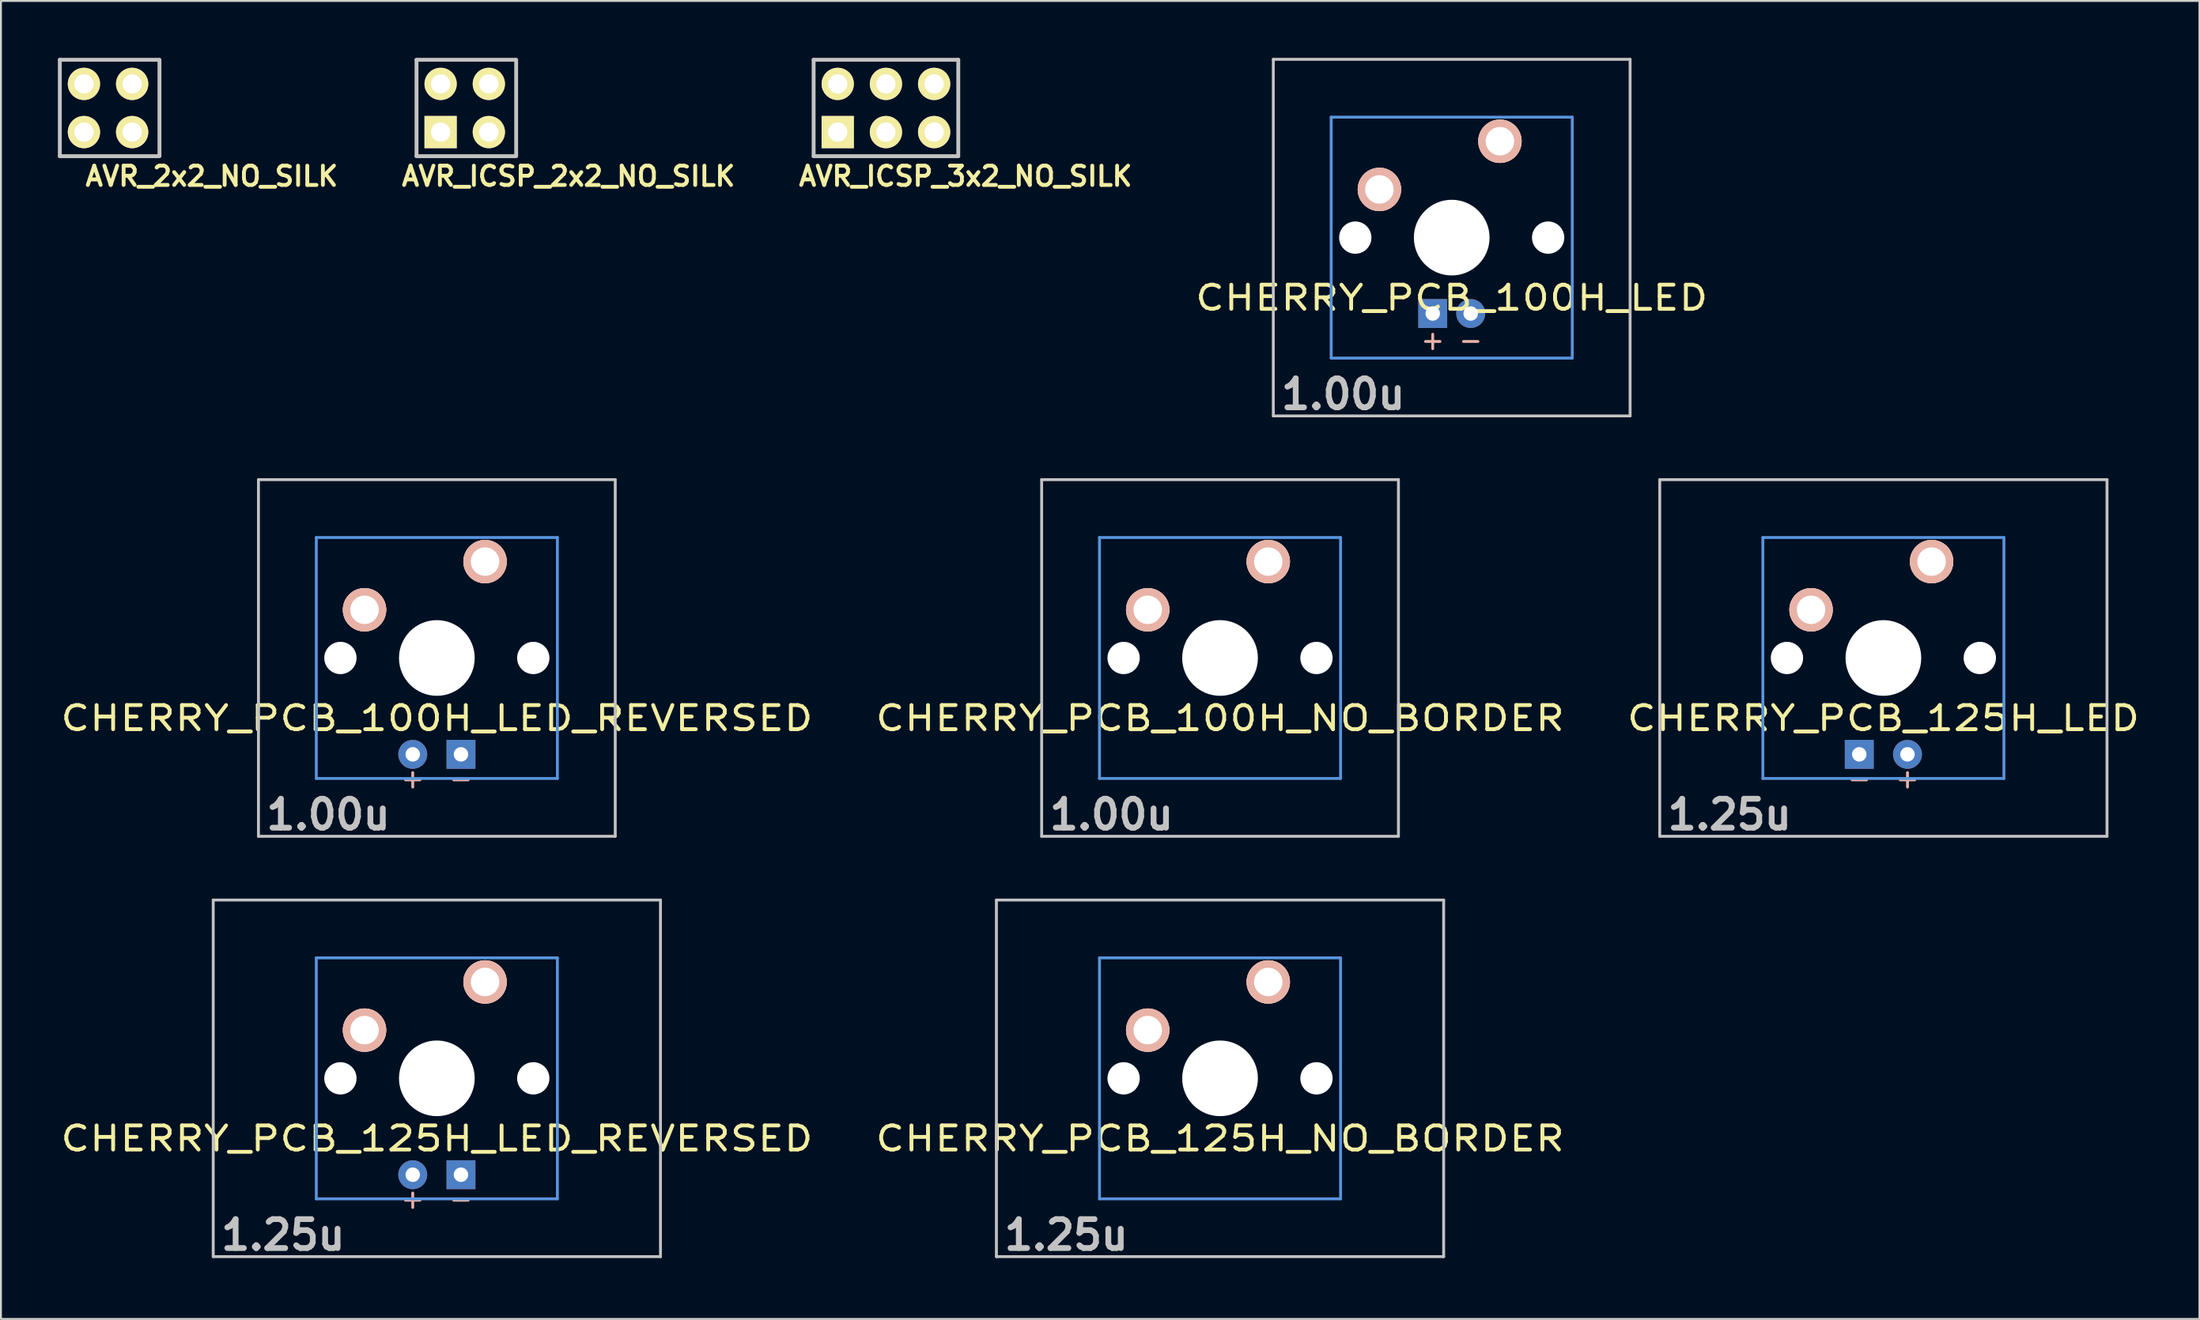
<source format=kicad_pcb>
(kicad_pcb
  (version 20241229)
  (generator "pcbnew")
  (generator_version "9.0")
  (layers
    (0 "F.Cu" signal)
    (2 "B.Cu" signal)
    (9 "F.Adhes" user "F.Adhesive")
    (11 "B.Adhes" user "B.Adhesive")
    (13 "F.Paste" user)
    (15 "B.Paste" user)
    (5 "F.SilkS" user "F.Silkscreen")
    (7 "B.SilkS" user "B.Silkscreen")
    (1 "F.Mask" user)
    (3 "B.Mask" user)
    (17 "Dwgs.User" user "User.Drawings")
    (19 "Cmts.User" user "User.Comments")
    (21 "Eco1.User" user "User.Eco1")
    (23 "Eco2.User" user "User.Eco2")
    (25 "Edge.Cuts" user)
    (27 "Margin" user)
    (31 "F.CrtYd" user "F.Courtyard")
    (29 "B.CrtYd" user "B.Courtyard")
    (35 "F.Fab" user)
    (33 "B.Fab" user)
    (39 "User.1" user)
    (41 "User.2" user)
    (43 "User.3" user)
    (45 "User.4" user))
  (footprint "AVR_ICSP_2x2_NO_SILK"
    (layer "F.Cu")
    (at 21.503 2.742)
    (property "Reference" "AVR_ICSP_2x2_NO_SILK" (at 5.395 3.496 0) (layer "F.SilkS") (effects (font (size 1.016 1.016) (thickness 0.203))))
    (attr through_hole)
    (fp_line (start -2.61 -2.64) (end 2.61 -2.64) (stroke (width 0.203) (type solid)) (layer "Dwgs.User"))
    (fp_line (start -2.61 2.44) (end -2.61 -2.64) (stroke (width 0.203) (type solid)) (layer "Dwgs.User"))
    (fp_line (start 2.61 2.44) (end -2.61 2.44) (stroke (width 0.203) (type solid)) (layer "Dwgs.User"))
    (fp_line (start 2.64 -2.64) (end 2.64 2.44) (stroke (width 0.203) (type solid)) (layer "Dwgs.User"))
    (pad "1" thru_hole rect (at -1.34 1.17) (size 1.7 1.7) (drill 1.016) (layers "*.Cu" "*.Mask" "F.SilkS"))
    (pad "2" thru_hole circle (at -1.34 -1.37) (size 1.7 1.7) (drill 1.016) (layers "*.Cu" "*.Mask" "F.SilkS"))
    (pad "3" thru_hole circle (at 1.2 1.17) (size 1.7 1.7) (drill 1.016) (layers "*.Cu" "*.Mask" "F.SilkS"))
    (pad "4" thru_hole circle (at 1.2 -1.37) (size 1.7 1.7) (drill 1.016) (layers "*.Cu" "*.Mask" "F.SilkS")))
  (footprint "CHERRY_PCB_100H_LED"
    (layer "F.Cu")
    (at 73.429 9.474)
    (property "Reference" "CHERRY_PCB_100H_LED" (at 0 3.175 0) (layer "F.SilkS") (effects (font (size 1.27 1.524) (thickness 0.203))))
    (attr through_hole)
    (fp_line (start -9.398 -9.398) (end 9.398 -9.398) (stroke (width 0.152) (type solid)) (layer "Dwgs.User"))
    (fp_line (start -9.398 9.398) (end -9.398 -9.398) (stroke (width 0.152) (type solid)) (layer "Dwgs.User"))
    (fp_line (start 9.398 -9.398) (end 9.398 9.398) (stroke (width 0.152) (type solid)) (layer "Dwgs.User"))
    (fp_line (start 9.398 9.398) (end -9.398 9.398) (stroke (width 0.152) (type solid)) (layer "Dwgs.User"))
    (fp_line (start -6.35 -6.35) (end 6.35 -6.35) (stroke (width 0.152) (type solid)) (layer "Cmts.User"))
    (fp_line (start -6.35 6.35) (end -6.35 -6.35) (stroke (width 0.152) (type solid)) (layer "Cmts.User"))
    (fp_line (start 6.35 -6.35) (end 6.35 6.35) (stroke (width 0.152) (type solid)) (layer "Cmts.User"))
    (fp_line (start 6.35 6.35) (end -6.35 6.35) (stroke (width 0.152) (type solid)) (layer "Cmts.User"))
    (fp_line (start -6.985 -6.985) (end 6.985 -6.985) (stroke (width 0.152) (type solid)) (layer "Eco2.User"))
    (fp_line (start -6.985 6.985) (end -6.985 -6.985) (stroke (width 0.152) (type solid)) (layer "Eco2.User"))
    (fp_line (start 6.985 -6.985) (end 6.985 6.985) (stroke (width 0.152) (type solid)) (layer "Eco2.User"))
    (fp_line (start 6.985 6.985) (end -6.985 6.985) (stroke (width 0.152) (type solid)) (layer "Eco2.User"))
    (fp_text user "-" (at 1 5.4 0) (layer "B.SilkS") (effects (font (size 1 1) (thickness 0.15)) (justify mirror)))
    (fp_text user "+" (at -1 5.4 0) (layer "B.SilkS") (effects (font (size 1 1) (thickness 0.15)) (justify mirror)))
    (fp_text user "1.00u" (at -5.715 8.255 0) (layer "Dwgs.User") (effects (font (size 1.524 1.524) (thickness 0.305))))
    (pad "" np_thru_hole circle (at -5.08 0) (size 1.702 1.702) (drill 1.702) (layers "*.Cu" "*.Mask"))
    (pad "" np_thru_hole circle (at 0 0) (size 3.988 3.988) (drill 3.988) (layers "*.Cu" "*.Mask"))
    (pad "" np_thru_hole circle (at 5.08 0) (size 1.702 1.702) (drill 1.702) (layers "*.Cu" "*.Mask"))
    (pad "1" thru_hole circle (at 2.54 -5.08) (size 2.286 2.286) (drill 1.499) (layers "*.Cu" "*.SilkS" "*.Mask"))
    (pad "2" thru_hole circle (at -3.81 -2.54) (size 2.286 2.286) (drill 1.499) (layers "*.Cu" "*.SilkS" "*.Mask"))
    (pad "3" thru_hole rect (at -1 4) (size 1.524 1.524) (drill 0.762) (layers "*.Cu" "*.Mask"))
    (pad "4" thru_hole circle (at 1 4) (size 1.524 1.524) (drill 0.762) (layers "*.Cu" "*.Mask")))
  (footprint "CHERRY_PCB_100H_LED_REVERSED"
    (layer "F.Cu")
    (at 19.964 31.63)
    (property "Reference" "CHERRY_PCB_100H_LED_REVERSED" (at 0 3.175 0) (layer "F.SilkS") (effects (font (size 1.27 1.524) (thickness 0.203))))
    (attr through_hole)
    (fp_line (start -9.398 -9.398) (end 9.398 -9.398) (stroke (width 0.152) (type solid)) (layer "Dwgs.User"))
    (fp_line (start -9.398 9.398) (end -9.398 -9.398) (stroke (width 0.152) (type solid)) (layer "Dwgs.User"))
    (fp_line (start 9.398 -9.398) (end 9.398 9.398) (stroke (width 0.152) (type solid)) (layer "Dwgs.User"))
    (fp_line (start 9.398 9.398) (end -9.398 9.398) (stroke (width 0.152) (type solid)) (layer "Dwgs.User"))
    (fp_line (start -6.35 -6.35) (end 6.35 -6.35) (stroke (width 0.152) (type solid)) (layer "Cmts.User"))
    (fp_line (start -6.35 6.35) (end -6.35 -6.35) (stroke (width 0.152) (type solid)) (layer "Cmts.User"))
    (fp_line (start 6.35 -6.35) (end 6.35 6.35) (stroke (width 0.152) (type solid)) (layer "Cmts.User"))
    (fp_line (start 6.35 6.35) (end -6.35 6.35) (stroke (width 0.152) (type solid)) (layer "Cmts.User"))
    (fp_line (start -6.985 -6.985) (end 6.985 -6.985) (stroke (width 0.152) (type solid)) (layer "Eco2.User"))
    (fp_line (start -6.985 6.985) (end -6.985 -6.985) (stroke (width 0.152) (type solid)) (layer "Eco2.User"))
    (fp_line (start 6.985 -6.985) (end 6.985 6.985) (stroke (width 0.152) (type solid)) (layer "Eco2.User"))
    (fp_line (start 6.985 6.985) (end -6.985 6.985) (stroke (width 0.152) (type solid)) (layer "Eco2.User"))
    (fp_text user "-" (at 1.27 6.35 0) (layer "B.SilkS") (effects (font (size 1 1) (thickness 0.15)) (justify mirror)))
    (fp_text user "+" (at -1.27 6.35 0) (layer "B.SilkS") (effects (font (size 1 1) (thickness 0.15)) (justify mirror)))
    (fp_text user "1.00u" (at -5.715 8.255 0) (layer "Dwgs.User") (effects (font (size 1.524 1.524) (thickness 0.305))))
    (pad "" np_thru_hole circle (at -5.08 0) (size 1.702 1.702) (drill 1.702) (layers "*.Cu" "*.Mask"))
    (pad "" np_thru_hole circle (at 0 0) (size 3.988 3.988) (drill 3.988) (layers "*.Cu" "*.Mask"))
    (pad "" np_thru_hole circle (at 5.08 0) (size 1.702 1.702) (drill 1.702) (layers "*.Cu" "*.Mask"))
    (pad "1" thru_hole circle (at 2.54 -5.08) (size 2.286 2.286) (drill 1.499) (layers "*.Cu" "*.SilkS" "*.Mask"))
    (pad "2" thru_hole circle (at -3.81 -2.54) (size 2.286 2.286) (drill 1.499) (layers "*.Cu" "*.SilkS" "*.Mask"))
    (pad "3" thru_hole circle (at -1.27 5.08) (size 1.524 1.524) (drill 0.762) (layers "*.Cu" "*.Mask"))
    (pad "4" thru_hole rect (at 1.27 5.08) (size 1.524 1.524) (drill 0.762) (layers "*.Cu" "*.Mask")))
  (footprint "CHERRY_PCB_125H_NO_BORDER"
    (layer "F.Cu")
    (at 61.224 53.786)
    (property "Reference" "CHERRY_PCB_125H_NO_BORDER" (at 0 3.175 0) (layer "F.SilkS") (effects (font (size 1.27 1.524) (thickness 0.203))))
    (attr through_hole)
    (fp_line (start -11.781 -9.398) (end 11.781 -9.398) (stroke (width 0.152) (type solid)) (layer "Dwgs.User"))
    (fp_line (start -11.781 9.398) (end -11.781 -9.398) (stroke (width 0.152) (type solid)) (layer "Dwgs.User"))
    (fp_line (start 11.781 -9.398) (end 11.781 9.398) (stroke (width 0.152) (type solid)) (layer "Dwgs.User"))
    (fp_line (start 11.781 9.398) (end -11.781 9.398) (stroke (width 0.152) (type solid)) (layer "Dwgs.User"))
    (fp_line (start -6.35 -6.35) (end 6.35 -6.35) (stroke (width 0.152) (type solid)) (layer "Cmts.User"))
    (fp_line (start -6.35 6.35) (end -6.35 -6.35) (stroke (width 0.152) (type solid)) (layer "Cmts.User"))
    (fp_line (start 6.35 -6.35) (end 6.35 6.35) (stroke (width 0.152) (type solid)) (layer "Cmts.User"))
    (fp_line (start 6.35 6.35) (end -6.35 6.35) (stroke (width 0.152) (type solid)) (layer "Cmts.User"))
    (fp_line (start -6.985 -6.985) (end 6.985 -6.985) (stroke (width 0.152) (type solid)) (layer "Eco2.User"))
    (fp_line (start -6.985 6.985) (end -6.985 -6.985) (stroke (width 0.152) (type solid)) (layer "Eco2.User"))
    (fp_line (start 6.985 -6.985) (end 6.985 6.985) (stroke (width 0.152) (type solid)) (layer "Eco2.User"))
    (fp_line (start 6.985 6.985) (end -6.985 6.985) (stroke (width 0.152) (type solid)) (layer "Eco2.User"))
    (fp_text user "1.25u" (at -8.098 8.255 0) (layer "Dwgs.User") (effects (font (size 1.524 1.524) (thickness 0.305))))
    (pad "" np_thru_hole circle (at -5.08 0) (size 1.702 1.702) (drill 1.702) (layers "*.Cu"))
    (pad "" np_thru_hole circle (at 0 0) (size 3.988 3.988) (drill 3.988) (layers "*.Cu"))
    (pad "" np_thru_hole circle (at 5.08 0) (size 1.702 1.702) (drill 1.702) (layers "*.Cu"))
    (pad "1" thru_hole circle (at 2.54 -5.08) (size 2.286 2.286) (drill 1.499) (layers "*.Cu" "*.SilkS" "*.Mask"))
    (pad "2" thru_hole circle (at -3.81 -2.54) (size 2.286 2.286) (drill 1.499) (layers "*.Cu" "*.SilkS" "*.Mask")))
  (footprint "CHERRY_PCB_100H_NO_BORDER"
    (layer "F.Cu")
    (at 61.224 31.63)
    (property "Reference" "CHERRY_PCB_100H_NO_BORDER" (at 0 3.175 0) (layer "F.SilkS") (effects (font (size 1.27 1.524) (thickness 0.203))))
    (attr through_hole)
    (fp_line (start -9.398 -9.398) (end 9.398 -9.398) (stroke (width 0.152) (type solid)) (layer "Dwgs.User"))
    (fp_line (start -9.398 9.398) (end -9.398 -9.398) (stroke (width 0.152) (type solid)) (layer "Dwgs.User"))
    (fp_line (start 9.398 -9.398) (end 9.398 9.398) (stroke (width 0.152) (type solid)) (layer "Dwgs.User"))
    (fp_line (start 9.398 9.398) (end -9.398 9.398) (stroke (width 0.152) (type solid)) (layer "Dwgs.User"))
    (fp_line (start -6.35 -6.35) (end 6.35 -6.35) (stroke (width 0.152) (type solid)) (layer "Cmts.User"))
    (fp_line (start -6.35 6.35) (end -6.35 -6.35) (stroke (width 0.152) (type solid)) (layer "Cmts.User"))
    (fp_line (start 6.35 -6.35) (end 6.35 6.35) (stroke (width 0.152) (type solid)) (layer "Cmts.User"))
    (fp_line (start 6.35 6.35) (end -6.35 6.35) (stroke (width 0.152) (type solid)) (layer "Cmts.User"))
    (fp_line (start -6.985 -6.985) (end 6.985 -6.985) (stroke (width 0.152) (type solid)) (layer "Eco2.User"))
    (fp_line (start -6.985 6.985) (end -6.985 -6.985) (stroke (width 0.152) (type solid)) (layer "Eco2.User"))
    (fp_line (start 6.985 -6.985) (end 6.985 6.985) (stroke (width 0.152) (type solid)) (layer "Eco2.User"))
    (fp_line (start 6.985 6.985) (end -6.985 6.985) (stroke (width 0.152) (type solid)) (layer "Eco2.User"))
    (fp_text user "1.00u" (at -5.715 8.255 0) (layer "Dwgs.User") (effects (font (size 1.524 1.524) (thickness 0.305))))
    (pad "" np_thru_hole circle (at -5.08 0) (size 1.702 1.702) (drill 1.702) (layers "*.Cu"))
    (pad "" np_thru_hole circle (at 0 0) (size 3.988 3.988) (drill 3.988) (layers "*.Cu"))
    (pad "" np_thru_hole circle (at 5.08 0) (size 1.702 1.702) (drill 1.702) (layers "*.Cu"))
    (pad "1" thru_hole circle (at 2.54 -5.08) (size 2.286 2.286) (drill 1.499) (layers "*.Cu" "*.SilkS" "*.Mask"))
    (pad "2" thru_hole circle (at -3.81 -2.54) (size 2.286 2.286) (drill 1.499) (layers "*.Cu" "*.SilkS" "*.Mask")))
  (footprint "CHERRY_PCB_125H_LED"
    (layer "F.Cu")
    (at 96.17 31.63)
    (property "Reference" "CHERRY_PCB_125H_LED" (at 0 3.175 0) (layer "F.SilkS") (effects (font (size 1.27 1.524) (thickness 0.203))))
    (attr through_hole)
    (fp_line (start -11.781 -9.398) (end 11.781 -9.398) (stroke (width 0.152) (type solid)) (layer "Dwgs.User"))
    (fp_line (start -11.781 9.398) (end -11.781 -9.398) (stroke (width 0.152) (type solid)) (layer "Dwgs.User"))
    (fp_line (start 11.781 -9.398) (end 11.781 9.398) (stroke (width 0.152) (type solid)) (layer "Dwgs.User"))
    (fp_line (start 11.781 9.398) (end -11.781 9.398) (stroke (width 0.152) (type solid)) (layer "Dwgs.User"))
    (fp_line (start -6.35 -6.35) (end 6.35 -6.35) (stroke (width 0.152) (type solid)) (layer "Cmts.User"))
    (fp_line (start -6.35 6.35) (end -6.35 -6.35) (stroke (width 0.152) (type solid)) (layer "Cmts.User"))
    (fp_line (start 6.35 -6.35) (end 6.35 6.35) (stroke (width 0.152) (type solid)) (layer "Cmts.User"))
    (fp_line (start 6.35 6.35) (end -6.35 6.35) (stroke (width 0.152) (type solid)) (layer "Cmts.User"))
    (fp_line (start -6.985 -6.985) (end 6.985 -6.985) (stroke (width 0.152) (type solid)) (layer "Eco2.User"))
    (fp_line (start -6.985 6.985) (end -6.985 -6.985) (stroke (width 0.152) (type solid)) (layer "Eco2.User"))
    (fp_line (start 6.985 -6.985) (end 6.985 6.985) (stroke (width 0.152) (type solid)) (layer "Eco2.User"))
    (fp_line (start 6.985 6.985) (end -6.985 6.985) (stroke (width 0.152) (type solid)) (layer "Eco2.User"))
    (fp_text user "+" (at 1.27 6.35 0) (layer "B.SilkS") (effects (font (size 1 1) (thickness 0.15)) (justify mirror)))
    (fp_text user "-" (at -1.27 6.35 0) (layer "B.SilkS") (effects (font (size 1 1) (thickness 0.15)) (justify mirror)))
    (fp_text user "1.25u" (at -8.098 8.255 0) (layer "Dwgs.User") (effects (font (size 1.524 1.524) (thickness 0.305))))
    (pad "" np_thru_hole circle (at -5.08 0) (size 1.702 1.702) (drill 1.702) (layers "*.Cu" "*.Mask"))
    (pad "" np_thru_hole circle (at 0 0) (size 3.988 3.988) (drill 3.988) (layers "*.Cu" "*.Mask"))
    (pad "" np_thru_hole circle (at 5.08 0) (size 1.702 1.702) (drill 1.702) (layers "*.Cu" "*.Mask"))
    (pad "1" thru_hole circle (at 2.54 -5.08) (size 2.286 2.286) (drill 1.499) (layers "*.Cu" "*.SilkS" "*.Mask"))
    (pad "2" thru_hole circle (at -3.81 -2.54) (size 2.286 2.286) (drill 1.499) (layers "*.Cu" "*.SilkS" "*.Mask"))
    (pad "3" thru_hole circle (at 1.27 5.08) (size 1.524 1.524) (drill 0.762) (layers "*.Cu" "*.Mask"))
    (pad "4" thru_hole rect (at -1.27 5.08) (size 1.524 1.524) (drill 0.762) (layers "*.Cu" "*.Mask")))
  (footprint "AVR_2x2_NO_SILK"
    (layer "F.Cu")
    (at 2.712 2.742)
    (property "Reference" "AVR_2x2_NO_SILK" (at 5.395 3.496 0) (layer "F.SilkS") (effects (font (size 1.016 1.016) (thickness 0.203))))
    (attr through_hole)
    (fp_line (start -2.61 -2.64) (end 2.61 -2.64) (stroke (width 0.203) (type solid)) (layer "Dwgs.User"))
    (fp_line (start -2.61 2.44) (end -2.61 -2.64) (stroke (width 0.203) (type solid)) (layer "Dwgs.User"))
    (fp_line (start 2.61 2.44) (end -2.61 2.44) (stroke (width 0.203) (type solid)) (layer "Dwgs.User"))
    (fp_line (start 2.64 -2.64) (end 2.64 2.44) (stroke (width 0.203) (type solid)) (layer "Dwgs.User"))
    (pad "1" thru_hole circle (at -1.34 1.17) (size 1.7 1.7) (drill 1.016) (layers "*.Cu" "*.Mask" "F.SilkS"))
    (pad "2" thru_hole circle (at -1.34 -1.37) (size 1.7 1.7) (drill 1.016) (layers "*.Cu" "*.Mask" "F.SilkS"))
    (pad "3" thru_hole circle (at 1.2 1.17) (size 1.7 1.7) (drill 1.016) (layers "*.Cu" "*.Mask" "F.SilkS"))
    (pad "4" thru_hole circle (at 1.2 -1.37) (size 1.7 1.7) (drill 1.016) (layers "*.Cu" "*.Mask" "F.SilkS")))
  (footprint "CHERRY_PCB_125H_LED_REVERSED"
    (layer "F.Cu")
    (at 19.964 53.786)
    (property "Reference" "CHERRY_PCB_125H_LED_REVERSED" (at 0 3.175 0) (layer "F.SilkS") (effects (font (size 1.27 1.524) (thickness 0.203))))
    (attr through_hole)
    (fp_line (start -11.781 -9.398) (end 11.781 -9.398) (stroke (width 0.152) (type solid)) (layer "Dwgs.User"))
    (fp_line (start -11.781 9.398) (end -11.781 -9.398) (stroke (width 0.152) (type solid)) (layer "Dwgs.User"))
    (fp_line (start 11.781 -9.398) (end 11.781 9.398) (stroke (width 0.152) (type solid)) (layer "Dwgs.User"))
    (fp_line (start 11.781 9.398) (end -11.781 9.398) (stroke (width 0.152) (type solid)) (layer "Dwgs.User"))
    (fp_line (start -6.35 -6.35) (end 6.35 -6.35) (stroke (width 0.152) (type solid)) (layer "Cmts.User"))
    (fp_line (start -6.35 6.35) (end -6.35 -6.35) (stroke (width 0.152) (type solid)) (layer "Cmts.User"))
    (fp_line (start 6.35 -6.35) (end 6.35 6.35) (stroke (width 0.152) (type solid)) (layer "Cmts.User"))
    (fp_line (start 6.35 6.35) (end -6.35 6.35) (stroke (width 0.152) (type solid)) (layer "Cmts.User"))
    (fp_line (start -6.985 -6.985) (end 6.985 -6.985) (stroke (width 0.152) (type solid)) (layer "Eco2.User"))
    (fp_line (start -6.985 6.985) (end -6.985 -6.985) (stroke (width 0.152) (type solid)) (layer "Eco2.User"))
    (fp_line (start 6.985 -6.985) (end 6.985 6.985) (stroke (width 0.152) (type solid)) (layer "Eco2.User"))
    (fp_line (start 6.985 6.985) (end -6.985 6.985) (stroke (width 0.152) (type solid)) (layer "Eco2.User"))
    (fp_text user "-" (at 1.27 6.35 0) (layer "B.SilkS") (effects (font (size 1 1) (thickness 0.15)) (justify mirror)))
    (fp_text user "+" (at -1.27 6.35 0) (layer "B.SilkS") (effects (font (size 1 1) (thickness 0.15)) (justify mirror)))
    (fp_text user "1.25u" (at -8.098 8.255 0) (layer "Dwgs.User") (effects (font (size 1.524 1.524) (thickness 0.305))))
    (pad "" np_thru_hole circle (at -5.08 0) (size 1.702 1.702) (drill 1.702) (layers "*.Cu" "*.Mask"))
    (pad "" np_thru_hole circle (at 0 0) (size 3.988 3.988) (drill 3.988) (layers "*.Cu" "*.Mask"))
    (pad "" np_thru_hole circle (at 5.08 0) (size 1.702 1.702) (drill 1.702) (layers "*.Cu" "*.Mask"))
    (pad "1" thru_hole circle (at 2.54 -5.08) (size 2.286 2.286) (drill 1.499) (layers "*.Cu" "*.SilkS" "*.Mask"))
    (pad "2" thru_hole circle (at -3.81 -2.54) (size 2.286 2.286) (drill 1.499) (layers "*.Cu" "*.SilkS" "*.Mask"))
    (pad "3" thru_hole circle (at -1.27 5.08) (size 1.524 1.524) (drill 0.762) (layers "*.Cu" "*.Mask"))
    (pad "4" thru_hole rect (at 1.27 5.08) (size 1.524 1.524) (drill 0.762) (layers "*.Cu" "*.Mask")))
  (footprint "AVR_ICSP_3x2_NO_SILK"
    (layer "F.Cu")
    (at 43.623 2.642)
    (property "Reference" "AVR_ICSP_3x2_NO_SILK" (at 4.195 3.596 0) (layer "F.SilkS") (effects (font (size 1.016 1.016) (thickness 0.203))))
    (attr through_hole)
    (fp_line (start -3.81 -2.54) (end 3.81 -2.54) (stroke (width 0.203) (type solid)) (layer "Dwgs.User"))
    (fp_line (start -3.81 2.54) (end -3.81 -2.54) (stroke (width 0.203) (type solid)) (layer "Dwgs.User"))
    (fp_line (start 3.81 -2.54) (end 3.81 2.54) (stroke (width 0.203) (type solid)) (layer "Dwgs.User"))
    (fp_line (start 3.81 2.54) (end -3.81 2.54) (stroke (width 0.203) (type solid)) (layer "Dwgs.User"))
    (pad "1" thru_hole rect (at -2.54 1.27) (size 1.7 1.7) (drill 1.016) (layers "*.Cu" "*.Mask" "F.SilkS"))
    (pad "2" thru_hole circle (at -2.54 -1.27) (size 1.7 1.7) (drill 1.016) (layers "*.Cu" "*.Mask" "F.SilkS"))
    (pad "3" thru_hole circle (at 0 1.27) (size 1.7 1.7) (drill 1.016) (layers "*.Cu" "*.Mask" "F.SilkS"))
    (pad "4" thru_hole circle (at 0 -1.27) (size 1.7 1.7) (drill 1.016) (layers "*.Cu" "*.Mask" "F.SilkS"))
    (pad "5" thru_hole circle (at 2.54 1.27) (size 1.7 1.7) (drill 1.016) (layers "*.Cu" "*.Mask" "F.SilkS"))
    (pad "6" thru_hole circle (at 2.54 -1.27) (size 1.7 1.7) (drill 1.016) (layers "*.Cu" "*.Mask" "F.SilkS")))
  (gr_rect
    (start -3 -3)
    (end 112.821 66.467)
    (stroke (width 0.1) (type default))
    (fill no)
    (layer "Edge.Cuts")))
</source>
